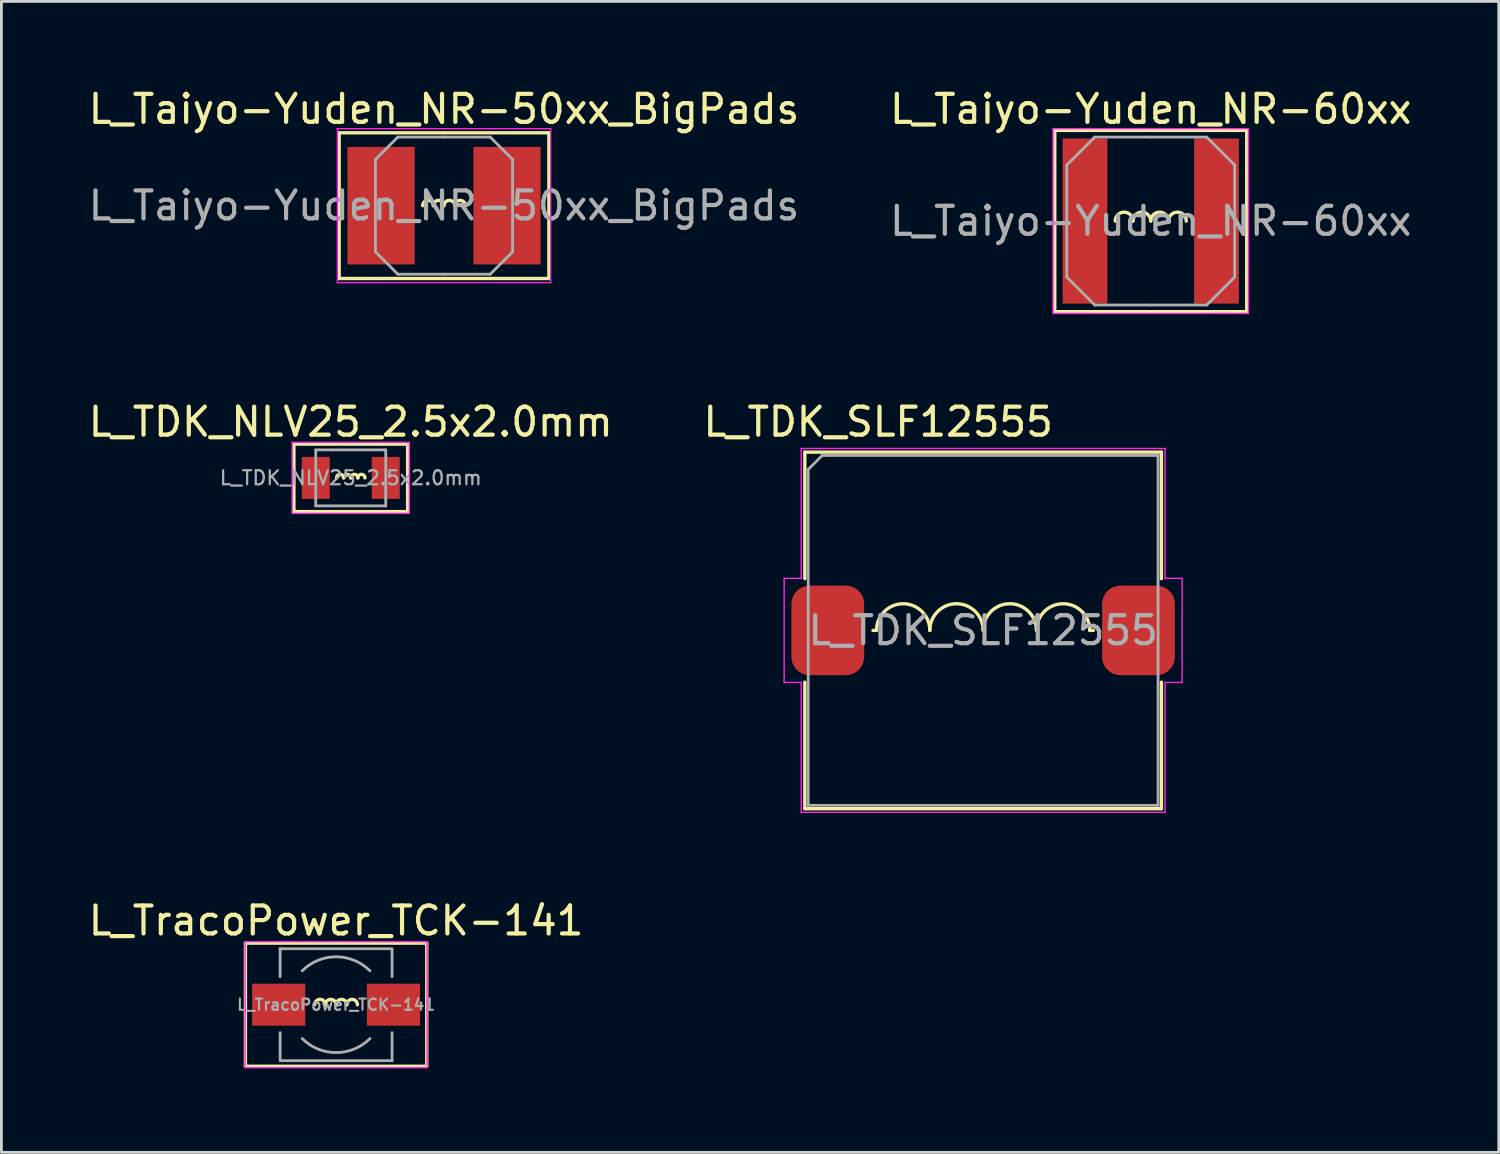
<source format=kicad_pcb>
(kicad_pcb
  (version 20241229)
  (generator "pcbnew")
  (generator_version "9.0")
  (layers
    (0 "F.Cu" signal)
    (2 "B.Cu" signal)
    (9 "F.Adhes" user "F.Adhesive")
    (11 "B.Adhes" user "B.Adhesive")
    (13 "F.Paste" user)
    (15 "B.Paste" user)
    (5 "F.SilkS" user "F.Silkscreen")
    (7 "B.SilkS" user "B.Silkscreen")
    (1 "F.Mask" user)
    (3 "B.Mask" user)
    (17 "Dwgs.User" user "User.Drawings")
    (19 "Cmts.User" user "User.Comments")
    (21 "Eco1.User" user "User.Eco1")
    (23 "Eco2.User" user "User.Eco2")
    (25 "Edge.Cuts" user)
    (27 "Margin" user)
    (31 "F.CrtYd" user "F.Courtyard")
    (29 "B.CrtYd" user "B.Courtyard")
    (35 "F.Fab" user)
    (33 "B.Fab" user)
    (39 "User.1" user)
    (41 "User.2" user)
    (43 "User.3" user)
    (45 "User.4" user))
  (footprint "L_TDK_SLF12555"
    (layer "F.Cu")
    (at 32.077 19.474)
    (property "Reference" "L_TDK_SLF12555" (at -3.75 -7.45 0) (layer "F.SilkS") (effects (font (size 1 1) (thickness 0.15))))
    (attr smd)
    (fp_line (start -6.37 -6.37) (end -6.37 -1.85) (stroke (width 0.12) (type solid)) (layer "F.SilkS"))
    (fp_line (start -6.37 -6.37) (end 6.37 -6.37) (stroke (width 0.12) (type solid)) (layer "F.SilkS"))
    (fp_line (start -6.37 1.85) (end -6.37 6.37) (stroke (width 0.12) (type solid)) (layer "F.SilkS"))
    (fp_line (start -6.37 6.37) (end 6.37 6.37) (stroke (width 0.12) (type solid)) (layer "F.SilkS"))
    (fp_line (start -3.81 0) (end -3.937 0) (stroke (width 0.12) (type solid)) (layer "F.SilkS"))
    (fp_line (start 3.81 0) (end 3.937 0) (stroke (width 0.12) (type solid)) (layer "F.SilkS"))
    (fp_line (start 6.37 -6.37) (end 6.37 -1.85) (stroke (width 0.12) (type solid)) (layer "F.SilkS"))
    (fp_line (start 6.37 1.85) (end 6.37 6.37) (stroke (width 0.12) (type solid)) (layer "F.SilkS"))
    (fp_arc (start -3.81 0) (mid -2.8575 -0.9525) (end -1.905 0) (stroke (width 0.12) (type solid)) (layer "F.SilkS"))
    (fp_arc (start -1.905 0) (mid -0.9525 -0.9525) (end 0 0) (stroke (width 0.12) (type solid)) (layer "F.SilkS"))
    (fp_arc (start 0 0) (mid 0.9525 -0.9525) (end 1.905 0) (stroke (width 0.12) (type solid)) (layer "F.SilkS"))
    (fp_arc (start 1.905 0) (mid 2.8575 -0.9525) (end 3.81 0) (stroke (width 0.12) (type solid)) (layer "F.SilkS"))
    (fp_line (start -7.11 -1.86) (end -7.11 1.86) (stroke (width 0.05) (type solid)) (layer "F.CrtYd"))
    (fp_line (start -7.11 1.86) (end -6.5 1.86) (stroke (width 0.05) (type solid)) (layer "F.CrtYd"))
    (fp_line (start -6.5 -6.5) (end -6.5 -1.86) (stroke (width 0.05) (type solid)) (layer "F.CrtYd"))
    (fp_line (start -6.5 -6.5) (end 6.5 -6.5) (stroke (width 0.05) (type solid)) (layer "F.CrtYd"))
    (fp_line (start -6.5 -1.86) (end -7.11 -1.86) (stroke (width 0.05) (type solid)) (layer "F.CrtYd"))
    (fp_line (start -6.5 1.86) (end -6.5 6.5) (stroke (width 0.05) (type solid)) (layer "F.CrtYd"))
    (fp_line (start -6.5 6.5) (end 6.5 6.5) (stroke (width 0.05) (type solid)) (layer "F.CrtYd"))
    (fp_line (start 6.5 -6.5) (end 6.5 -1.86) (stroke (width 0.05) (type solid)) (layer "F.CrtYd"))
    (fp_line (start 6.5 -1.86) (end 7.11 -1.86) (stroke (width 0.05) (type solid)) (layer "F.CrtYd"))
    (fp_line (start 6.5 1.86) (end 6.5 6.5) (stroke (width 0.05) (type solid)) (layer "F.CrtYd"))
    (fp_line (start 7.11 -1.86) (end 7.11 1.86) (stroke (width 0.05) (type solid)) (layer "F.CrtYd"))
    (fp_line (start 7.11 1.86) (end 6.5 1.86) (stroke (width 0.05) (type solid)) (layer "F.CrtYd"))
    (fp_line (start -6.25 -5.75) (end -5.75 -6.25) (stroke (width 0.1) (type solid)) (layer "F.Fab"))
    (fp_line (start -6.25 6.25) (end -6.25 -5.75) (stroke (width 0.1) (type solid)) (layer "F.Fab"))
    (fp_line (start -5.75 -6.25) (end 6.25 -6.25) (stroke (width 0.1) (type solid)) (layer "F.Fab"))
    (fp_line (start 6.25 -6.25) (end 6.25 6.25) (stroke (width 0.1) (type solid)) (layer "F.Fab"))
    (fp_line (start 6.25 6.25) (end -6.25 6.25) (stroke (width 0.1) (type solid)) (layer "F.Fab"))
    (fp_text user "${REFERENCE}" (at 0 0 0) (layer "F.Fab") (effects (font (size 1 1) (thickness 0.15))))
    (pad "1" smd roundrect (at -5.55 0) (size 2.6 3.2) (layers "F.Cu" "F.Mask" "F.Paste") (roundrect_rratio 0.25))
    (pad "2" smd roundrect (at 5.55 0) (size 2.6 3.2) (layers "F.Cu" "F.Mask" "F.Paste") (roundrect_rratio 0.25)))
  (footprint "L_TDK_NLV25_2.5x2.0mm"
    (layer "F.Cu")
    (at 9.482 14.024)
    (property "Reference" "L_TDK_NLV25_2.5x2.0mm" (at 0 -2 0) (layer "F.SilkS") (effects (font (size 1 1) (thickness 0.15))))
    (attr smd)
    (fp_line (start -2.032 -1.206) (end -2.032 1.206) (stroke (width 0.12) (type solid)) (layer "F.SilkS"))
    (fp_line (start -2.032 1.206) (end 2.032 1.206) (stroke (width 0.12) (type solid)) (layer "F.SilkS"))
    (fp_line (start 2.032 -1.206) (end -2.032 -1.206) (stroke (width 0.12) (type solid)) (layer "F.SilkS"))
    (fp_line (start 2.032 1.206) (end 2.032 -1.206) (stroke (width 0.12) (type solid)) (layer "F.SilkS"))
    (fp_arc (start -0.508 0) (mid -0.381 -0.127) (end -0.254 0) (stroke (width 0.12) (type solid)) (layer "F.SilkS"))
    (fp_arc (start -0.254 0) (mid -0.127 -0.127) (end 0 0) (stroke (width 0.12) (type solid)) (layer "F.SilkS"))
    (fp_arc (start 0 0) (mid 0.127 -0.127) (end 0.254 0) (stroke (width 0.12) (type solid)) (layer "F.SilkS"))
    (fp_arc (start 0.254 0) (mid 0.381 -0.127) (end 0.508 0) (stroke (width 0.12) (type solid)) (layer "F.SilkS"))
    (fp_line (start -2.095 -1.27) (end 2.095 -1.27) (stroke (width 0.05) (type solid)) (layer "F.CrtYd"))
    (fp_line (start -2.095 1.27) (end -2.095 -1.27) (stroke (width 0.05) (type solid)) (layer "F.CrtYd"))
    (fp_line (start 2.095 -1.27) (end 2.095 1.27) (stroke (width 0.05) (type solid)) (layer "F.CrtYd"))
    (fp_line (start 2.095 1.27) (end -2.095 1.27) (stroke (width 0.05) (type solid)) (layer "F.CrtYd"))
    (fp_line (start -1.25 -1) (end 1.25 -1) (stroke (width 0.1) (type solid)) (layer "F.Fab"))
    (fp_line (start -1.25 1) (end -1.25 -1) (stroke (width 0.1) (type solid)) (layer "F.Fab"))
    (fp_line (start 1.25 -1) (end 1.25 1) (stroke (width 0.1) (type solid)) (layer "F.Fab"))
    (fp_line (start 1.25 1) (end -1.25 1) (stroke (width 0.1) (type solid)) (layer "F.Fab"))
    (fp_text user "${REFERENCE}" (at 0 0 0) (layer "F.Fab") (effects (font (size 0.5 0.5) (thickness 0.08))))
    (pad "1" smd rect (at -1.25 0) (size 1 1.5) (layers "F.Cu" "F.Mask" "F.Paste"))
    (pad "2" smd rect (at 1.25 0) (size 1 1.5) (layers "F.Cu" "F.Mask" "F.Paste")))
  (footprint "L_Taiyo-Yuden_NR-50xx_BigPads"
    (layer "F.Cu")
    (at 12.815 4.298)
    (property "Reference" "L_Taiyo-Yuden_NR-50xx_BigPads" (at 0 -3.45 0) (layer "F.SilkS") (effects (font (size 1 1) (thickness 0.15))))
    (attr smd)
    (fp_line (start -3.747 -2.603) (end -3.747 2.603) (stroke (width 0.12) (type solid)) (layer "F.SilkS"))
    (fp_line (start -3.747 2.603) (end 3.747 2.603) (stroke (width 0.12) (type solid)) (layer "F.SilkS"))
    (fp_line (start 3.747 -2.603) (end -3.747 -2.603) (stroke (width 0.12) (type solid)) (layer "F.SilkS"))
    (fp_line (start 3.747 2.603) (end 3.747 -2.603) (stroke (width 0.12) (type solid)) (layer "F.SilkS"))
    (fp_arc (start -0.762 0) (mid -0.5715 -0.1905) (end -0.381 0) (stroke (width 0.12) (type solid)) (layer "F.SilkS"))
    (fp_arc (start -0.381 0) (mid -0.1905 -0.1905) (end 0 0) (stroke (width 0.12) (type solid)) (layer "F.SilkS"))
    (fp_arc (start 0 0) (mid 0.1905 -0.1905) (end 0.381 0) (stroke (width 0.12) (type solid)) (layer "F.SilkS"))
    (fp_arc (start 0.381 0) (mid 0.5715 -0.1905) (end 0.762 0) (stroke (width 0.12) (type solid)) (layer "F.SilkS"))
    (fp_line (start -3.81 -2.75) (end -3.81 2.75) (stroke (width 0.05) (type solid)) (layer "F.CrtYd"))
    (fp_line (start -3.81 2.75) (end 3.81 2.75) (stroke (width 0.05) (type solid)) (layer "F.CrtYd"))
    (fp_line (start 3.81 -2.75) (end -3.81 -2.75) (stroke (width 0.05) (type solid)) (layer "F.CrtYd"))
    (fp_line (start 3.81 2.75) (end 3.81 -2.75) (stroke (width 0.05) (type solid)) (layer "F.CrtYd"))
    (fp_line (start -2.45 -1.65) (end -1.65 -2.45) (stroke (width 0.1) (type solid)) (layer "F.Fab"))
    (fp_line (start -2.45 0) (end -2.45 -1.65) (stroke (width 0.1) (type solid)) (layer "F.Fab"))
    (fp_line (start -2.45 0) (end -2.45 1.65) (stroke (width 0.1) (type solid)) (layer "F.Fab"))
    (fp_line (start -2.45 1.65) (end -1.65 2.45) (stroke (width 0.1) (type solid)) (layer "F.Fab"))
    (fp_line (start -1.65 -2.45) (end 0 -2.45) (stroke (width 0.1) (type solid)) (layer "F.Fab"))
    (fp_line (start -1.65 2.45) (end 0 2.45) (stroke (width 0.1) (type solid)) (layer "F.Fab"))
    (fp_line (start 1.65 -2.45) (end 0 -2.45) (stroke (width 0.1) (type solid)) (layer "F.Fab"))
    (fp_line (start 1.65 2.45) (end 0 2.45) (stroke (width 0.1) (type solid)) (layer "F.Fab"))
    (fp_line (start 2.45 -1.65) (end 1.65 -2.45) (stroke (width 0.1) (type solid)) (layer "F.Fab"))
    (fp_line (start 2.45 0) (end 2.45 -1.65) (stroke (width 0.1) (type solid)) (layer "F.Fab"))
    (fp_line (start 2.45 0) (end 2.45 1.65) (stroke (width 0.1) (type solid)) (layer "F.Fab"))
    (fp_line (start 2.45 1.65) (end 1.65 2.45) (stroke (width 0.1) (type solid)) (layer "F.Fab"))
    (fp_text user "${REFERENCE}" (at 0 0 0) (layer "F.Fab") (effects (font (size 1 1) (thickness 0.15))))
    (pad "1" smd rect (at -2.25 0) (size 2.4 4.2) (layers "F.Cu" "F.Mask" "F.Paste"))
    (pad "2" smd rect (at 2.25 0) (size 2.4 4.2) (layers "F.Cu" "F.Mask" "F.Paste")))
  (footprint "L_TracoPower_TCK-141"
    (layer "F.Cu")
    (at 8.958 32.847)
    (property "Reference" "L_TracoPower_TCK-141" (at 0 -3 0) (layer "F.SilkS") (effects (font (size 1 1) (thickness 0.15))))
    (attr smd)
    (fp_line (start -3.239 -2.2) (end -3.239 2.2) (stroke (width 0.12) (type solid)) (layer "F.SilkS"))
    (fp_line (start -3.239 -2.2) (end 3.239 -2.2) (stroke (width 0.12) (type solid)) (layer "F.SilkS"))
    (fp_line (start 3.239 -2.2) (end 3.239 2.2) (stroke (width 0.12) (type solid)) (layer "F.SilkS"))
    (fp_line (start 3.239 2.2) (end -3.239 2.2) (stroke (width 0.12) (type solid)) (layer "F.SilkS"))
    (fp_arc (start -0.762 0) (mid -0.5715 -0.1905) (end -0.381 0) (stroke (width 0.12) (type solid)) (layer "F.SilkS"))
    (fp_arc (start -0.381 0) (mid -0.1905 -0.1905) (end 0 0) (stroke (width 0.12) (type solid)) (layer "F.SilkS"))
    (fp_arc (start 0 0) (mid 0.1905 -0.1905) (end 0.381 0) (stroke (width 0.12) (type solid)) (layer "F.SilkS"))
    (fp_arc (start 0.381 0) (mid 0.5715 -0.1905) (end 0.762 0) (stroke (width 0.12) (type solid)) (layer "F.SilkS"))
    (fp_line (start -3.25 -2.25) (end -3.25 2.25) (stroke (width 0.05) (type solid)) (layer "F.CrtYd"))
    (fp_line (start -3.25 -2.25) (end 3.25 -2.25) (stroke (width 0.05) (type solid)) (layer "F.CrtYd"))
    (fp_line (start -3.25 2.25) (end 3.25 2.25) (stroke (width 0.05) (type solid)) (layer "F.CrtYd"))
    (fp_line (start 3.25 2.25) (end 3.25 -2.25) (stroke (width 0.05) (type solid)) (layer "F.CrtYd"))
    (fp_line (start -2 -2) (end -2 -1) (stroke (width 0.1) (type solid)) (layer "F.Fab"))
    (fp_line (start -2 -2) (end 2 -2) (stroke (width 0.1) (type solid)) (layer "F.Fab"))
    (fp_line (start -2 1.95) (end -2 1) (stroke (width 0.1) (type solid)) (layer "F.Fab"))
    (fp_line (start -2 2) (end 2 2) (stroke (width 0.1) (type solid)) (layer "F.Fab"))
    (fp_line (start 2 -1.95) (end 2 -1) (stroke (width 0.1) (type solid)) (layer "F.Fab"))
    (fp_line (start 2 2) (end 2 1) (stroke (width 0.1) (type solid)) (layer "F.Fab"))
    (fp_arc (start -1.21 -1.21) (mid 0 -1.711198) (end 1.21 -1.21) (stroke (width 0.1) (type solid)) (layer "F.Fab"))
    (fp_arc (start 1.21 1.21) (mid 0 1.711198) (end -1.21 1.21) (stroke (width 0.1) (type solid)) (layer "F.Fab"))
    (fp_text user "${REFERENCE}" (at 0 0 0) (layer "F.Fab") (effects (font (size 0.4 0.4) (thickness 0.075))))
    (pad "1" smd rect (at -2.05 0) (size 1.9 1.5) (layers "F.Cu" "F.Mask" "F.Paste"))
    (pad "2" smd rect (at 2.05 0) (size 1.9 1.5) (layers "F.Cu" "F.Mask" "F.Paste")))
  (footprint "L_Taiyo-Yuden_NR-60xx"
    (layer "F.Cu")
    (at 38.065 4.848)
    (property "Reference" "L_Taiyo-Yuden_NR-60xx" (at 0 -4 0) (layer "F.SilkS") (effects (font (size 1 1) (thickness 0.15))))
    (attr smd)
    (fp_line (start -3.429 -3.239) (end -3.429 3.239) (stroke (width 0.12) (type solid)) (layer "F.SilkS"))
    (fp_line (start -3.429 3.239) (end 3.429 3.239) (stroke (width 0.12) (type solid)) (layer "F.SilkS"))
    (fp_line (start 3.429 -3.239) (end -3.429 -3.239) (stroke (width 0.12) (type solid)) (layer "F.SilkS"))
    (fp_line (start 3.429 3.239) (end 3.429 -3.239) (stroke (width 0.12) (type solid)) (layer "F.SilkS"))
    (fp_arc (start -1.27 0) (mid -0.9525 -0.3175) (end -0.635 0) (stroke (width 0.12) (type solid)) (layer "F.SilkS"))
    (fp_arc (start -0.635 0) (mid -0.3175 -0.3175) (end 0 0) (stroke (width 0.12) (type solid)) (layer "F.SilkS"))
    (fp_arc (start 0 0) (mid 0.3175 -0.3175) (end 0.635 0) (stroke (width 0.12) (type solid)) (layer "F.SilkS"))
    (fp_arc (start 0.635 0) (mid 0.9525 -0.3175) (end 1.27 0) (stroke (width 0.12) (type solid)) (layer "F.SilkS"))
    (fp_line (start -3.493 -3.302) (end -3.493 3.302) (stroke (width 0.05) (type solid)) (layer "F.CrtYd"))
    (fp_line (start -3.493 3.302) (end 3.493 3.302) (stroke (width 0.05) (type solid)) (layer "F.CrtYd"))
    (fp_line (start 3.493 -3.302) (end -3.493 -3.302) (stroke (width 0.05) (type solid)) (layer "F.CrtYd"))
    (fp_line (start 3.493 3.302) (end 3.493 -3.302) (stroke (width 0.05) (type solid)) (layer "F.CrtYd"))
    (fp_line (start -3 -2) (end -2 -3) (stroke (width 0.1) (type solid)) (layer "F.Fab"))
    (fp_line (start -3 0) (end -3 -2) (stroke (width 0.1) (type solid)) (layer "F.Fab"))
    (fp_line (start -3 0) (end -3 2) (stroke (width 0.1) (type solid)) (layer "F.Fab"))
    (fp_line (start -3 2) (end -2 3) (stroke (width 0.1) (type solid)) (layer "F.Fab"))
    (fp_line (start -2 -3) (end 0 -3) (stroke (width 0.1) (type solid)) (layer "F.Fab"))
    (fp_line (start -2 3) (end 0 3) (stroke (width 0.1) (type solid)) (layer "F.Fab"))
    (fp_line (start 2 -3) (end 0 -3) (stroke (width 0.1) (type solid)) (layer "F.Fab"))
    (fp_line (start 2 3) (end 0 3) (stroke (width 0.1) (type solid)) (layer "F.Fab"))
    (fp_line (start 3 -2) (end 2 -3) (stroke (width 0.1) (type solid)) (layer "F.Fab"))
    (fp_line (start 3 0) (end 3 -2) (stroke (width 0.1) (type solid)) (layer "F.Fab"))
    (fp_line (start 3 0) (end 3 2) (stroke (width 0.1) (type solid)) (layer "F.Fab"))
    (fp_line (start 3 2) (end 2 3) (stroke (width 0.1) (type solid)) (layer "F.Fab"))
    (fp_text user "${REFERENCE}" (at 0 0 0) (layer "F.Fab") (effects (font (size 1 1) (thickness 0.15))))
    (pad "1" smd rect (at -2.35 0) (size 1.6 5.9) (layers "F.Cu" "F.Mask" "F.Paste"))
    (pad "2" smd rect (at 2.35 0) (size 1.6 5.9) (layers "F.Cu" "F.Mask" "F.Paste")))
  (gr_rect
    (start -3 -3)
    (end 50.5 38.122)
    (stroke (width 0.1) (type default))
    (fill no)
    (layer "Edge.Cuts")))
</source>
